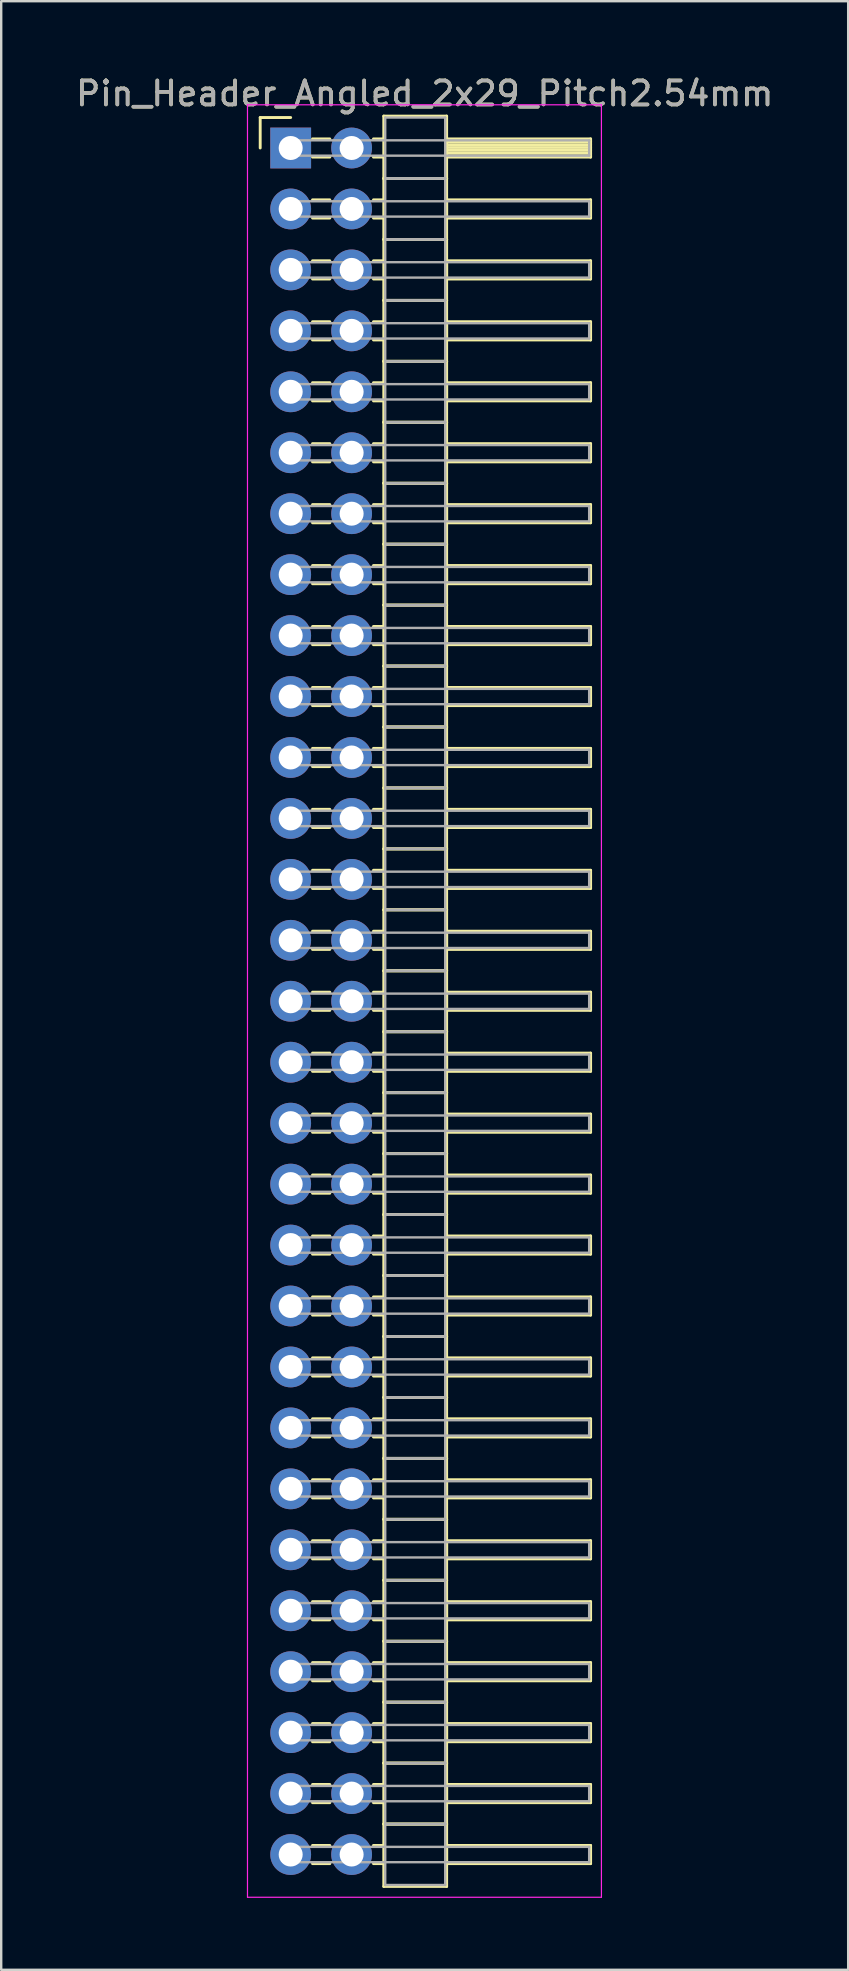
<source format=kicad_pcb>
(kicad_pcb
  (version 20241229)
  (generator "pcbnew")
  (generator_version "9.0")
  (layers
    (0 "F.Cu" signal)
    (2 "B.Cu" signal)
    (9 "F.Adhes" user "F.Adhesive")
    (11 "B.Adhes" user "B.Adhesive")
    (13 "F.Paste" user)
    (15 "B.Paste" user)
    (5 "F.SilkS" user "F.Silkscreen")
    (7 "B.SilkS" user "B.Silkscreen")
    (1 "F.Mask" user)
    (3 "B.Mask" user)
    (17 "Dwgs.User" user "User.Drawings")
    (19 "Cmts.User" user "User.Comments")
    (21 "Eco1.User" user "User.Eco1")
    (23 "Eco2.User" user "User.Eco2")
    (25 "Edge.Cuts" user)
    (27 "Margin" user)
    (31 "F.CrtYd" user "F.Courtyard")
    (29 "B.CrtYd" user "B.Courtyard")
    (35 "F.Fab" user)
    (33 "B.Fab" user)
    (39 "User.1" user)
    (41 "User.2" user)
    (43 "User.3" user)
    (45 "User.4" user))
  (footprint "Pin_Header_Angled_2x29_Pitch2.54mm"
    (layer "F.Cu")
    (at 9.064 3.118)
    (property "Reference" "Pin_Header_Angled_2x29_Pitch2.54mm" (at 5.585 -2.27 0) (layer "F.SilkS") (effects (font (size 1 1) (thickness 0.15))))
    (attr through_hole)
    (fp_line (start -1.27 -1.27) (end 0 -1.27) (stroke (width 0.12) (type solid)) (layer "F.SilkS"))
    (fp_line (start -1.27 0) (end -1.27 -1.27) (stroke (width 0.12) (type solid)) (layer "F.SilkS"))
    (fp_line (start 0.91 -0.38) (end 1.63 -0.38) (stroke (width 0.12) (type solid)) (layer "F.SilkS"))
    (fp_line (start 0.91 0.38) (end 1.63 0.38) (stroke (width 0.12) (type solid)) (layer "F.SilkS"))
    (fp_line (start 0.91 2.16) (end 1.63 2.16) (stroke (width 0.12) (type solid)) (layer "F.SilkS"))
    (fp_line (start 0.91 2.92) (end 1.63 2.92) (stroke (width 0.12) (type solid)) (layer "F.SilkS"))
    (fp_line (start 0.91 4.7) (end 1.63 4.7) (stroke (width 0.12) (type solid)) (layer "F.SilkS"))
    (fp_line (start 0.91 5.46) (end 1.63 5.46) (stroke (width 0.12) (type solid)) (layer "F.SilkS"))
    (fp_line (start 0.91 7.24) (end 1.63 7.24) (stroke (width 0.12) (type solid)) (layer "F.SilkS"))
    (fp_line (start 0.91 8) (end 1.63 8) (stroke (width 0.12) (type solid)) (layer "F.SilkS"))
    (fp_line (start 0.91 9.78) (end 1.63 9.78) (stroke (width 0.12) (type solid)) (layer "F.SilkS"))
    (fp_line (start 0.91 10.54) (end 1.63 10.54) (stroke (width 0.12) (type solid)) (layer "F.SilkS"))
    (fp_line (start 0.91 12.32) (end 1.63 12.32) (stroke (width 0.12) (type solid)) (layer "F.SilkS"))
    (fp_line (start 0.91 13.08) (end 1.63 13.08) (stroke (width 0.12) (type solid)) (layer "F.SilkS"))
    (fp_line (start 0.91 14.86) (end 1.63 14.86) (stroke (width 0.12) (type solid)) (layer "F.SilkS"))
    (fp_line (start 0.91 15.62) (end 1.63 15.62) (stroke (width 0.12) (type solid)) (layer "F.SilkS"))
    (fp_line (start 0.91 17.4) (end 1.63 17.4) (stroke (width 0.12) (type solid)) (layer "F.SilkS"))
    (fp_line (start 0.91 18.16) (end 1.63 18.16) (stroke (width 0.12) (type solid)) (layer "F.SilkS"))
    (fp_line (start 0.91 19.94) (end 1.63 19.94) (stroke (width 0.12) (type solid)) (layer "F.SilkS"))
    (fp_line (start 0.91 20.7) (end 1.63 20.7) (stroke (width 0.12) (type solid)) (layer "F.SilkS"))
    (fp_line (start 0.91 22.48) (end 1.63 22.48) (stroke (width 0.12) (type solid)) (layer "F.SilkS"))
    (fp_line (start 0.91 23.24) (end 1.63 23.24) (stroke (width 0.12) (type solid)) (layer "F.SilkS"))
    (fp_line (start 0.91 25.02) (end 1.63 25.02) (stroke (width 0.12) (type solid)) (layer "F.SilkS"))
    (fp_line (start 0.91 25.78) (end 1.63 25.78) (stroke (width 0.12) (type solid)) (layer "F.SilkS"))
    (fp_line (start 0.91 27.56) (end 1.63 27.56) (stroke (width 0.12) (type solid)) (layer "F.SilkS"))
    (fp_line (start 0.91 28.32) (end 1.63 28.32) (stroke (width 0.12) (type solid)) (layer "F.SilkS"))
    (fp_line (start 0.91 30.1) (end 1.63 30.1) (stroke (width 0.12) (type solid)) (layer "F.SilkS"))
    (fp_line (start 0.91 30.86) (end 1.63 30.86) (stroke (width 0.12) (type solid)) (layer "F.SilkS"))
    (fp_line (start 0.91 32.64) (end 1.63 32.64) (stroke (width 0.12) (type solid)) (layer "F.SilkS"))
    (fp_line (start 0.91 33.4) (end 1.63 33.4) (stroke (width 0.12) (type solid)) (layer "F.SilkS"))
    (fp_line (start 0.91 35.18) (end 1.63 35.18) (stroke (width 0.12) (type solid)) (layer "F.SilkS"))
    (fp_line (start 0.91 35.94) (end 1.63 35.94) (stroke (width 0.12) (type solid)) (layer "F.SilkS"))
    (fp_line (start 0.91 37.72) (end 1.63 37.72) (stroke (width 0.12) (type solid)) (layer "F.SilkS"))
    (fp_line (start 0.91 38.48) (end 1.63 38.48) (stroke (width 0.12) (type solid)) (layer "F.SilkS"))
    (fp_line (start 0.91 40.26) (end 1.63 40.26) (stroke (width 0.12) (type solid)) (layer "F.SilkS"))
    (fp_line (start 0.91 41.02) (end 1.63 41.02) (stroke (width 0.12) (type solid)) (layer "F.SilkS"))
    (fp_line (start 0.91 42.8) (end 1.63 42.8) (stroke (width 0.12) (type solid)) (layer "F.SilkS"))
    (fp_line (start 0.91 43.56) (end 1.63 43.56) (stroke (width 0.12) (type solid)) (layer "F.SilkS"))
    (fp_line (start 0.91 45.34) (end 1.63 45.34) (stroke (width 0.12) (type solid)) (layer "F.SilkS"))
    (fp_line (start 0.91 46.1) (end 1.63 46.1) (stroke (width 0.12) (type solid)) (layer "F.SilkS"))
    (fp_line (start 0.91 47.88) (end 1.63 47.88) (stroke (width 0.12) (type solid)) (layer "F.SilkS"))
    (fp_line (start 0.91 48.64) (end 1.63 48.64) (stroke (width 0.12) (type solid)) (layer "F.SilkS"))
    (fp_line (start 0.91 50.42) (end 1.63 50.42) (stroke (width 0.12) (type solid)) (layer "F.SilkS"))
    (fp_line (start 0.91 51.18) (end 1.63 51.18) (stroke (width 0.12) (type solid)) (layer "F.SilkS"))
    (fp_line (start 0.91 52.96) (end 1.63 52.96) (stroke (width 0.12) (type solid)) (layer "F.SilkS"))
    (fp_line (start 0.91 53.72) (end 1.63 53.72) (stroke (width 0.12) (type solid)) (layer "F.SilkS"))
    (fp_line (start 0.91 55.5) (end 1.63 55.5) (stroke (width 0.12) (type solid)) (layer "F.SilkS"))
    (fp_line (start 0.91 56.26) (end 1.63 56.26) (stroke (width 0.12) (type solid)) (layer "F.SilkS"))
    (fp_line (start 0.91 58.04) (end 1.63 58.04) (stroke (width 0.12) (type solid)) (layer "F.SilkS"))
    (fp_line (start 0.91 58.8) (end 1.63 58.8) (stroke (width 0.12) (type solid)) (layer "F.SilkS"))
    (fp_line (start 0.91 60.58) (end 1.63 60.58) (stroke (width 0.12) (type solid)) (layer "F.SilkS"))
    (fp_line (start 0.91 61.34) (end 1.63 61.34) (stroke (width 0.12) (type solid)) (layer "F.SilkS"))
    (fp_line (start 0.91 63.12) (end 1.63 63.12) (stroke (width 0.12) (type solid)) (layer "F.SilkS"))
    (fp_line (start 0.91 63.88) (end 1.63 63.88) (stroke (width 0.12) (type solid)) (layer "F.SilkS"))
    (fp_line (start 0.91 65.66) (end 1.63 65.66) (stroke (width 0.12) (type solid)) (layer "F.SilkS"))
    (fp_line (start 0.91 66.42) (end 1.63 66.42) (stroke (width 0.12) (type solid)) (layer "F.SilkS"))
    (fp_line (start 0.91 68.2) (end 1.63 68.2) (stroke (width 0.12) (type solid)) (layer "F.SilkS"))
    (fp_line (start 0.91 68.96) (end 1.63 68.96) (stroke (width 0.12) (type solid)) (layer "F.SilkS"))
    (fp_line (start 0.91 70.74) (end 1.63 70.74) (stroke (width 0.12) (type solid)) (layer "F.SilkS"))
    (fp_line (start 0.91 71.5) (end 1.63 71.5) (stroke (width 0.12) (type solid)) (layer "F.SilkS"))
    (fp_line (start 3.45 -0.38) (end 3.88 -0.38) (stroke (width 0.12) (type solid)) (layer "F.SilkS"))
    (fp_line (start 3.45 0.38) (end 3.88 0.38) (stroke (width 0.12) (type solid)) (layer "F.SilkS"))
    (fp_line (start 3.45 2.16) (end 3.88 2.16) (stroke (width 0.12) (type solid)) (layer "F.SilkS"))
    (fp_line (start 3.45 2.92) (end 3.88 2.92) (stroke (width 0.12) (type solid)) (layer "F.SilkS"))
    (fp_line (start 3.45 4.7) (end 3.88 4.7) (stroke (width 0.12) (type solid)) (layer "F.SilkS"))
    (fp_line (start 3.45 5.46) (end 3.88 5.46) (stroke (width 0.12) (type solid)) (layer "F.SilkS"))
    (fp_line (start 3.45 7.24) (end 3.88 7.24) (stroke (width 0.12) (type solid)) (layer "F.SilkS"))
    (fp_line (start 3.45 8) (end 3.88 8) (stroke (width 0.12) (type solid)) (layer "F.SilkS"))
    (fp_line (start 3.45 9.78) (end 3.88 9.78) (stroke (width 0.12) (type solid)) (layer "F.SilkS"))
    (fp_line (start 3.45 10.54) (end 3.88 10.54) (stroke (width 0.12) (type solid)) (layer "F.SilkS"))
    (fp_line (start 3.45 12.32) (end 3.88 12.32) (stroke (width 0.12) (type solid)) (layer "F.SilkS"))
    (fp_line (start 3.45 13.08) (end 3.88 13.08) (stroke (width 0.12) (type solid)) (layer "F.SilkS"))
    (fp_line (start 3.45 14.86) (end 3.88 14.86) (stroke (width 0.12) (type solid)) (layer "F.SilkS"))
    (fp_line (start 3.45 15.62) (end 3.88 15.62) (stroke (width 0.12) (type solid)) (layer "F.SilkS"))
    (fp_line (start 3.45 17.4) (end 3.88 17.4) (stroke (width 0.12) (type solid)) (layer "F.SilkS"))
    (fp_line (start 3.45 18.16) (end 3.88 18.16) (stroke (width 0.12) (type solid)) (layer "F.SilkS"))
    (fp_line (start 3.45 19.94) (end 3.88 19.94) (stroke (width 0.12) (type solid)) (layer "F.SilkS"))
    (fp_line (start 3.45 20.7) (end 3.88 20.7) (stroke (width 0.12) (type solid)) (layer "F.SilkS"))
    (fp_line (start 3.45 22.48) (end 3.88 22.48) (stroke (width 0.12) (type solid)) (layer "F.SilkS"))
    (fp_line (start 3.45 23.24) (end 3.88 23.24) (stroke (width 0.12) (type solid)) (layer "F.SilkS"))
    (fp_line (start 3.45 25.02) (end 3.88 25.02) (stroke (width 0.12) (type solid)) (layer "F.SilkS"))
    (fp_line (start 3.45 25.78) (end 3.88 25.78) (stroke (width 0.12) (type solid)) (layer "F.SilkS"))
    (fp_line (start 3.45 27.56) (end 3.88 27.56) (stroke (width 0.12) (type solid)) (layer "F.SilkS"))
    (fp_line (start 3.45 28.32) (end 3.88 28.32) (stroke (width 0.12) (type solid)) (layer "F.SilkS"))
    (fp_line (start 3.45 30.1) (end 3.88 30.1) (stroke (width 0.12) (type solid)) (layer "F.SilkS"))
    (fp_line (start 3.45 30.86) (end 3.88 30.86) (stroke (width 0.12) (type solid)) (layer "F.SilkS"))
    (fp_line (start 3.45 32.64) (end 3.88 32.64) (stroke (width 0.12) (type solid)) (layer "F.SilkS"))
    (fp_line (start 3.45 33.4) (end 3.88 33.4) (stroke (width 0.12) (type solid)) (layer "F.SilkS"))
    (fp_line (start 3.45 35.18) (end 3.88 35.18) (stroke (width 0.12) (type solid)) (layer "F.SilkS"))
    (fp_line (start 3.45 35.94) (end 3.88 35.94) (stroke (width 0.12) (type solid)) (layer "F.SilkS"))
    (fp_line (start 3.45 37.72) (end 3.88 37.72) (stroke (width 0.12) (type solid)) (layer "F.SilkS"))
    (fp_line (start 3.45 38.48) (end 3.88 38.48) (stroke (width 0.12) (type solid)) (layer "F.SilkS"))
    (fp_line (start 3.45 40.26) (end 3.88 40.26) (stroke (width 0.12) (type solid)) (layer "F.SilkS"))
    (fp_line (start 3.45 41.02) (end 3.88 41.02) (stroke (width 0.12) (type solid)) (layer "F.SilkS"))
    (fp_line (start 3.45 42.8) (end 3.88 42.8) (stroke (width 0.12) (type solid)) (layer "F.SilkS"))
    (fp_line (start 3.45 43.56) (end 3.88 43.56) (stroke (width 0.12) (type solid)) (layer "F.SilkS"))
    (fp_line (start 3.45 45.34) (end 3.88 45.34) (stroke (width 0.12) (type solid)) (layer "F.SilkS"))
    (fp_line (start 3.45 46.1) (end 3.88 46.1) (stroke (width 0.12) (type solid)) (layer "F.SilkS"))
    (fp_line (start 3.45 47.88) (end 3.88 47.88) (stroke (width 0.12) (type solid)) (layer "F.SilkS"))
    (fp_line (start 3.45 48.64) (end 3.88 48.64) (stroke (width 0.12) (type solid)) (layer "F.SilkS"))
    (fp_line (start 3.45 50.42) (end 3.88 50.42) (stroke (width 0.12) (type solid)) (layer "F.SilkS"))
    (fp_line (start 3.45 51.18) (end 3.88 51.18) (stroke (width 0.12) (type solid)) (layer "F.SilkS"))
    (fp_line (start 3.45 52.96) (end 3.88 52.96) (stroke (width 0.12) (type solid)) (layer "F.SilkS"))
    (fp_line (start 3.45 53.72) (end 3.88 53.72) (stroke (width 0.12) (type solid)) (layer "F.SilkS"))
    (fp_line (start 3.45 55.5) (end 3.88 55.5) (stroke (width 0.12) (type solid)) (layer "F.SilkS"))
    (fp_line (start 3.45 56.26) (end 3.88 56.26) (stroke (width 0.12) (type solid)) (layer "F.SilkS"))
    (fp_line (start 3.45 58.04) (end 3.88 58.04) (stroke (width 0.12) (type solid)) (layer "F.SilkS"))
    (fp_line (start 3.45 58.8) (end 3.88 58.8) (stroke (width 0.12) (type solid)) (layer "F.SilkS"))
    (fp_line (start 3.45 60.58) (end 3.88 60.58) (stroke (width 0.12) (type solid)) (layer "F.SilkS"))
    (fp_line (start 3.45 61.34) (end 3.88 61.34) (stroke (width 0.12) (type solid)) (layer "F.SilkS"))
    (fp_line (start 3.45 63.12) (end 3.88 63.12) (stroke (width 0.12) (type solid)) (layer "F.SilkS"))
    (fp_line (start 3.45 63.88) (end 3.88 63.88) (stroke (width 0.12) (type solid)) (layer "F.SilkS"))
    (fp_line (start 3.45 65.66) (end 3.88 65.66) (stroke (width 0.12) (type solid)) (layer "F.SilkS"))
    (fp_line (start 3.45 66.42) (end 3.88 66.42) (stroke (width 0.12) (type solid)) (layer "F.SilkS"))
    (fp_line (start 3.45 68.2) (end 3.88 68.2) (stroke (width 0.12) (type solid)) (layer "F.SilkS"))
    (fp_line (start 3.45 68.96) (end 3.88 68.96) (stroke (width 0.12) (type solid)) (layer "F.SilkS"))
    (fp_line (start 3.45 70.74) (end 3.88 70.74) (stroke (width 0.12) (type solid)) (layer "F.SilkS"))
    (fp_line (start 3.45 71.5) (end 3.88 71.5) (stroke (width 0.12) (type solid)) (layer "F.SilkS"))
    (fp_line (start 3.88 -1.33) (end 3.88 1.27) (stroke (width 0.12) (type solid)) (layer "F.SilkS"))
    (fp_line (start 3.88 1.27) (end 3.88 3.81) (stroke (width 0.12) (type solid)) (layer "F.SilkS"))
    (fp_line (start 3.88 1.27) (end 6.5 1.27) (stroke (width 0.12) (type solid)) (layer "F.SilkS"))
    (fp_line (start 3.88 3.81) (end 3.88 6.35) (stroke (width 0.12) (type solid)) (layer "F.SilkS"))
    (fp_line (start 3.88 3.81) (end 6.5 3.81) (stroke (width 0.12) (type solid)) (layer "F.SilkS"))
    (fp_line (start 3.88 6.35) (end 3.88 8.89) (stroke (width 0.12) (type solid)) (layer "F.SilkS"))
    (fp_line (start 3.88 6.35) (end 6.5 6.35) (stroke (width 0.12) (type solid)) (layer "F.SilkS"))
    (fp_line (start 3.88 8.89) (end 3.88 11.43) (stroke (width 0.12) (type solid)) (layer "F.SilkS"))
    (fp_line (start 3.88 8.89) (end 6.5 8.89) (stroke (width 0.12) (type solid)) (layer "F.SilkS"))
    (fp_line (start 3.88 11.43) (end 3.88 13.97) (stroke (width 0.12) (type solid)) (layer "F.SilkS"))
    (fp_line (start 3.88 11.43) (end 6.5 11.43) (stroke (width 0.12) (type solid)) (layer "F.SilkS"))
    (fp_line (start 3.88 13.97) (end 3.88 16.51) (stroke (width 0.12) (type solid)) (layer "F.SilkS"))
    (fp_line (start 3.88 13.97) (end 6.5 13.97) (stroke (width 0.12) (type solid)) (layer "F.SilkS"))
    (fp_line (start 3.88 16.51) (end 3.88 19.05) (stroke (width 0.12) (type solid)) (layer "F.SilkS"))
    (fp_line (start 3.88 16.51) (end 6.5 16.51) (stroke (width 0.12) (type solid)) (layer "F.SilkS"))
    (fp_line (start 3.88 19.05) (end 3.88 21.59) (stroke (width 0.12) (type solid)) (layer "F.SilkS"))
    (fp_line (start 3.88 19.05) (end 6.5 19.05) (stroke (width 0.12) (type solid)) (layer "F.SilkS"))
    (fp_line (start 3.88 21.59) (end 3.88 24.13) (stroke (width 0.12) (type solid)) (layer "F.SilkS"))
    (fp_line (start 3.88 21.59) (end 6.5 21.59) (stroke (width 0.12) (type solid)) (layer "F.SilkS"))
    (fp_line (start 3.88 24.13) (end 3.88 26.67) (stroke (width 0.12) (type solid)) (layer "F.SilkS"))
    (fp_line (start 3.88 24.13) (end 6.5 24.13) (stroke (width 0.12) (type solid)) (layer "F.SilkS"))
    (fp_line (start 3.88 26.67) (end 3.88 29.21) (stroke (width 0.12) (type solid)) (layer "F.SilkS"))
    (fp_line (start 3.88 26.67) (end 6.5 26.67) (stroke (width 0.12) (type solid)) (layer "F.SilkS"))
    (fp_line (start 3.88 29.21) (end 3.88 31.75) (stroke (width 0.12) (type solid)) (layer "F.SilkS"))
    (fp_line (start 3.88 29.21) (end 6.5 29.21) (stroke (width 0.12) (type solid)) (layer "F.SilkS"))
    (fp_line (start 3.88 31.75) (end 3.88 34.29) (stroke (width 0.12) (type solid)) (layer "F.SilkS"))
    (fp_line (start 3.88 31.75) (end 6.5 31.75) (stroke (width 0.12) (type solid)) (layer "F.SilkS"))
    (fp_line (start 3.88 34.29) (end 3.88 36.83) (stroke (width 0.12) (type solid)) (layer "F.SilkS"))
    (fp_line (start 3.88 34.29) (end 6.5 34.29) (stroke (width 0.12) (type solid)) (layer "F.SilkS"))
    (fp_line (start 3.88 36.83) (end 3.88 39.37) (stroke (width 0.12) (type solid)) (layer "F.SilkS"))
    (fp_line (start 3.88 36.83) (end 6.5 36.83) (stroke (width 0.12) (type solid)) (layer "F.SilkS"))
    (fp_line (start 3.88 39.37) (end 3.88 41.91) (stroke (width 0.12) (type solid)) (layer "F.SilkS"))
    (fp_line (start 3.88 39.37) (end 6.5 39.37) (stroke (width 0.12) (type solid)) (layer "F.SilkS"))
    (fp_line (start 3.88 41.91) (end 3.88 44.45) (stroke (width 0.12) (type solid)) (layer "F.SilkS"))
    (fp_line (start 3.88 41.91) (end 6.5 41.91) (stroke (width 0.12) (type solid)) (layer "F.SilkS"))
    (fp_line (start 3.88 44.45) (end 3.88 46.99) (stroke (width 0.12) (type solid)) (layer "F.SilkS"))
    (fp_line (start 3.88 44.45) (end 6.5 44.45) (stroke (width 0.12) (type solid)) (layer "F.SilkS"))
    (fp_line (start 3.88 46.99) (end 3.88 49.53) (stroke (width 0.12) (type solid)) (layer "F.SilkS"))
    (fp_line (start 3.88 46.99) (end 6.5 46.99) (stroke (width 0.12) (type solid)) (layer "F.SilkS"))
    (fp_line (start 3.88 49.53) (end 3.88 52.07) (stroke (width 0.12) (type solid)) (layer "F.SilkS"))
    (fp_line (start 3.88 49.53) (end 6.5 49.53) (stroke (width 0.12) (type solid)) (layer "F.SilkS"))
    (fp_line (start 3.88 52.07) (end 3.88 54.61) (stroke (width 0.12) (type solid)) (layer "F.SilkS"))
    (fp_line (start 3.88 52.07) (end 6.5 52.07) (stroke (width 0.12) (type solid)) (layer "F.SilkS"))
    (fp_line (start 3.88 54.61) (end 3.88 57.15) (stroke (width 0.12) (type solid)) (layer "F.SilkS"))
    (fp_line (start 3.88 54.61) (end 6.5 54.61) (stroke (width 0.12) (type solid)) (layer "F.SilkS"))
    (fp_line (start 3.88 57.15) (end 3.88 59.69) (stroke (width 0.12) (type solid)) (layer "F.SilkS"))
    (fp_line (start 3.88 57.15) (end 6.5 57.15) (stroke (width 0.12) (type solid)) (layer "F.SilkS"))
    (fp_line (start 3.88 59.69) (end 3.88 62.23) (stroke (width 0.12) (type solid)) (layer "F.SilkS"))
    (fp_line (start 3.88 59.69) (end 6.5 59.69) (stroke (width 0.12) (type solid)) (layer "F.SilkS"))
    (fp_line (start 3.88 62.23) (end 3.88 64.77) (stroke (width 0.12) (type solid)) (layer "F.SilkS"))
    (fp_line (start 3.88 62.23) (end 6.5 62.23) (stroke (width 0.12) (type solid)) (layer "F.SilkS"))
    (fp_line (start 3.88 64.77) (end 3.88 67.31) (stroke (width 0.12) (type solid)) (layer "F.SilkS"))
    (fp_line (start 3.88 64.77) (end 6.5 64.77) (stroke (width 0.12) (type solid)) (layer "F.SilkS"))
    (fp_line (start 3.88 67.31) (end 3.88 69.85) (stroke (width 0.12) (type solid)) (layer "F.SilkS"))
    (fp_line (start 3.88 67.31) (end 6.5 67.31) (stroke (width 0.12) (type solid)) (layer "F.SilkS"))
    (fp_line (start 3.88 69.85) (end 3.88 72.45) (stroke (width 0.12) (type solid)) (layer "F.SilkS"))
    (fp_line (start 3.88 69.85) (end 6.5 69.85) (stroke (width 0.12) (type solid)) (layer "F.SilkS"))
    (fp_line (start 3.88 72.45) (end 6.5 72.45) (stroke (width 0.12) (type solid)) (layer "F.SilkS"))
    (fp_line (start 6.5 -1.33) (end 3.88 -1.33) (stroke (width 0.12) (type solid)) (layer "F.SilkS"))
    (fp_line (start 6.5 -0.38) (end 6.5 0.38) (stroke (width 0.12) (type solid)) (layer "F.SilkS"))
    (fp_line (start 6.5 -0.26) (end 12.5 -0.26) (stroke (width 0.12) (type solid)) (layer "F.SilkS"))
    (fp_line (start 6.5 -0.14) (end 12.5 -0.14) (stroke (width 0.12) (type solid)) (layer "F.SilkS"))
    (fp_line (start 6.5 -0.02) (end 12.5 -0.02) (stroke (width 0.12) (type solid)) (layer "F.SilkS"))
    (fp_line (start 6.5 0.1) (end 12.5 0.1) (stroke (width 0.12) (type solid)) (layer "F.SilkS"))
    (fp_line (start 6.5 0.22) (end 12.5 0.22) (stroke (width 0.12) (type solid)) (layer "F.SilkS"))
    (fp_line (start 6.5 0.34) (end 12.5 0.34) (stroke (width 0.12) (type solid)) (layer "F.SilkS"))
    (fp_line (start 6.5 0.38) (end 12.5 0.38) (stroke (width 0.12) (type solid)) (layer "F.SilkS"))
    (fp_line (start 6.5 1.27) (end 3.88 1.27) (stroke (width 0.12) (type solid)) (layer "F.SilkS"))
    (fp_line (start 6.5 1.27) (end 6.5 -1.33) (stroke (width 0.12) (type solid)) (layer "F.SilkS"))
    (fp_line (start 6.5 2.16) (end 6.5 2.92) (stroke (width 0.12) (type solid)) (layer "F.SilkS"))
    (fp_line (start 6.5 2.92) (end 12.5 2.92) (stroke (width 0.12) (type solid)) (layer "F.SilkS"))
    (fp_line (start 6.5 3.81) (end 3.88 3.81) (stroke (width 0.12) (type solid)) (layer "F.SilkS"))
    (fp_line (start 6.5 3.81) (end 6.5 1.27) (stroke (width 0.12) (type solid)) (layer "F.SilkS"))
    (fp_line (start 6.5 4.7) (end 6.5 5.46) (stroke (width 0.12) (type solid)) (layer "F.SilkS"))
    (fp_line (start 6.5 5.46) (end 12.5 5.46) (stroke (width 0.12) (type solid)) (layer "F.SilkS"))
    (fp_line (start 6.5 6.35) (end 3.88 6.35) (stroke (width 0.12) (type solid)) (layer "F.SilkS"))
    (fp_line (start 6.5 6.35) (end 6.5 3.81) (stroke (width 0.12) (type solid)) (layer "F.SilkS"))
    (fp_line (start 6.5 7.24) (end 6.5 8) (stroke (width 0.12) (type solid)) (layer "F.SilkS"))
    (fp_line (start 6.5 8) (end 12.5 8) (stroke (width 0.12) (type solid)) (layer "F.SilkS"))
    (fp_line (start 6.5 8.89) (end 3.88 8.89) (stroke (width 0.12) (type solid)) (layer "F.SilkS"))
    (fp_line (start 6.5 8.89) (end 6.5 6.35) (stroke (width 0.12) (type solid)) (layer "F.SilkS"))
    (fp_line (start 6.5 9.78) (end 6.5 10.54) (stroke (width 0.12) (type solid)) (layer "F.SilkS"))
    (fp_line (start 6.5 10.54) (end 12.5 10.54) (stroke (width 0.12) (type solid)) (layer "F.SilkS"))
    (fp_line (start 6.5 11.43) (end 3.88 11.43) (stroke (width 0.12) (type solid)) (layer "F.SilkS"))
    (fp_line (start 6.5 11.43) (end 6.5 8.89) (stroke (width 0.12) (type solid)) (layer "F.SilkS"))
    (fp_line (start 6.5 12.32) (end 6.5 13.08) (stroke (width 0.12) (type solid)) (layer "F.SilkS"))
    (fp_line (start 6.5 13.08) (end 12.5 13.08) (stroke (width 0.12) (type solid)) (layer "F.SilkS"))
    (fp_line (start 6.5 13.97) (end 3.88 13.97) (stroke (width 0.12) (type solid)) (layer "F.SilkS"))
    (fp_line (start 6.5 13.97) (end 6.5 11.43) (stroke (width 0.12) (type solid)) (layer "F.SilkS"))
    (fp_line (start 6.5 14.86) (end 6.5 15.62) (stroke (width 0.12) (type solid)) (layer "F.SilkS"))
    (fp_line (start 6.5 15.62) (end 12.5 15.62) (stroke (width 0.12) (type solid)) (layer "F.SilkS"))
    (fp_line (start 6.5 16.51) (end 3.88 16.51) (stroke (width 0.12) (type solid)) (layer "F.SilkS"))
    (fp_line (start 6.5 16.51) (end 6.5 13.97) (stroke (width 0.12) (type solid)) (layer "F.SilkS"))
    (fp_line (start 6.5 17.4) (end 6.5 18.16) (stroke (width 0.12) (type solid)) (layer "F.SilkS"))
    (fp_line (start 6.5 18.16) (end 12.5 18.16) (stroke (width 0.12) (type solid)) (layer "F.SilkS"))
    (fp_line (start 6.5 19.05) (end 3.88 19.05) (stroke (width 0.12) (type solid)) (layer "F.SilkS"))
    (fp_line (start 6.5 19.05) (end 6.5 16.51) (stroke (width 0.12) (type solid)) (layer "F.SilkS"))
    (fp_line (start 6.5 19.94) (end 6.5 20.7) (stroke (width 0.12) (type solid)) (layer "F.SilkS"))
    (fp_line (start 6.5 20.7) (end 12.5 20.7) (stroke (width 0.12) (type solid)) (layer "F.SilkS"))
    (fp_line (start 6.5 21.59) (end 3.88 21.59) (stroke (width 0.12) (type solid)) (layer "F.SilkS"))
    (fp_line (start 6.5 21.59) (end 6.5 19.05) (stroke (width 0.12) (type solid)) (layer "F.SilkS"))
    (fp_line (start 6.5 22.48) (end 6.5 23.24) (stroke (width 0.12) (type solid)) (layer "F.SilkS"))
    (fp_line (start 6.5 23.24) (end 12.5 23.24) (stroke (width 0.12) (type solid)) (layer "F.SilkS"))
    (fp_line (start 6.5 24.13) (end 3.88 24.13) (stroke (width 0.12) (type solid)) (layer "F.SilkS"))
    (fp_line (start 6.5 24.13) (end 6.5 21.59) (stroke (width 0.12) (type solid)) (layer "F.SilkS"))
    (fp_line (start 6.5 25.02) (end 6.5 25.78) (stroke (width 0.12) (type solid)) (layer "F.SilkS"))
    (fp_line (start 6.5 25.78) (end 12.5 25.78) (stroke (width 0.12) (type solid)) (layer "F.SilkS"))
    (fp_line (start 6.5 26.67) (end 3.88 26.67) (stroke (width 0.12) (type solid)) (layer "F.SilkS"))
    (fp_line (start 6.5 26.67) (end 6.5 24.13) (stroke (width 0.12) (type solid)) (layer "F.SilkS"))
    (fp_line (start 6.5 27.56) (end 6.5 28.32) (stroke (width 0.12) (type solid)) (layer "F.SilkS"))
    (fp_line (start 6.5 28.32) (end 12.5 28.32) (stroke (width 0.12) (type solid)) (layer "F.SilkS"))
    (fp_line (start 6.5 29.21) (end 3.88 29.21) (stroke (width 0.12) (type solid)) (layer "F.SilkS"))
    (fp_line (start 6.5 29.21) (end 6.5 26.67) (stroke (width 0.12) (type solid)) (layer "F.SilkS"))
    (fp_line (start 6.5 30.1) (end 6.5 30.86) (stroke (width 0.12) (type solid)) (layer "F.SilkS"))
    (fp_line (start 6.5 30.86) (end 12.5 30.86) (stroke (width 0.12) (type solid)) (layer "F.SilkS"))
    (fp_line (start 6.5 31.75) (end 3.88 31.75) (stroke (width 0.12) (type solid)) (layer "F.SilkS"))
    (fp_line (start 6.5 31.75) (end 6.5 29.21) (stroke (width 0.12) (type solid)) (layer "F.SilkS"))
    (fp_line (start 6.5 32.64) (end 6.5 33.4) (stroke (width 0.12) (type solid)) (layer "F.SilkS"))
    (fp_line (start 6.5 33.4) (end 12.5 33.4) (stroke (width 0.12) (type solid)) (layer "F.SilkS"))
    (fp_line (start 6.5 34.29) (end 3.88 34.29) (stroke (width 0.12) (type solid)) (layer "F.SilkS"))
    (fp_line (start 6.5 34.29) (end 6.5 31.75) (stroke (width 0.12) (type solid)) (layer "F.SilkS"))
    (fp_line (start 6.5 35.18) (end 6.5 35.94) (stroke (width 0.12) (type solid)) (layer "F.SilkS"))
    (fp_line (start 6.5 35.94) (end 12.5 35.94) (stroke (width 0.12) (type solid)) (layer "F.SilkS"))
    (fp_line (start 6.5 36.83) (end 3.88 36.83) (stroke (width 0.12) (type solid)) (layer "F.SilkS"))
    (fp_line (start 6.5 36.83) (end 6.5 34.29) (stroke (width 0.12) (type solid)) (layer "F.SilkS"))
    (fp_line (start 6.5 37.72) (end 6.5 38.48) (stroke (width 0.12) (type solid)) (layer "F.SilkS"))
    (fp_line (start 6.5 38.48) (end 12.5 38.48) (stroke (width 0.12) (type solid)) (layer "F.SilkS"))
    (fp_line (start 6.5 39.37) (end 3.88 39.37) (stroke (width 0.12) (type solid)) (layer "F.SilkS"))
    (fp_line (start 6.5 39.37) (end 6.5 36.83) (stroke (width 0.12) (type solid)) (layer "F.SilkS"))
    (fp_line (start 6.5 40.26) (end 6.5 41.02) (stroke (width 0.12) (type solid)) (layer "F.SilkS"))
    (fp_line (start 6.5 41.02) (end 12.5 41.02) (stroke (width 0.12) (type solid)) (layer "F.SilkS"))
    (fp_line (start 6.5 41.91) (end 3.88 41.91) (stroke (width 0.12) (type solid)) (layer "F.SilkS"))
    (fp_line (start 6.5 41.91) (end 6.5 39.37) (stroke (width 0.12) (type solid)) (layer "F.SilkS"))
    (fp_line (start 6.5 42.8) (end 6.5 43.56) (stroke (width 0.12) (type solid)) (layer "F.SilkS"))
    (fp_line (start 6.5 43.56) (end 12.5 43.56) (stroke (width 0.12) (type solid)) (layer "F.SilkS"))
    (fp_line (start 6.5 44.45) (end 3.88 44.45) (stroke (width 0.12) (type solid)) (layer "F.SilkS"))
    (fp_line (start 6.5 44.45) (end 6.5 41.91) (stroke (width 0.12) (type solid)) (layer "F.SilkS"))
    (fp_line (start 6.5 45.34) (end 6.5 46.1) (stroke (width 0.12) (type solid)) (layer "F.SilkS"))
    (fp_line (start 6.5 46.1) (end 12.5 46.1) (stroke (width 0.12) (type solid)) (layer "F.SilkS"))
    (fp_line (start 6.5 46.99) (end 3.88 46.99) (stroke (width 0.12) (type solid)) (layer "F.SilkS"))
    (fp_line (start 6.5 46.99) (end 6.5 44.45) (stroke (width 0.12) (type solid)) (layer "F.SilkS"))
    (fp_line (start 6.5 47.88) (end 6.5 48.64) (stroke (width 0.12) (type solid)) (layer "F.SilkS"))
    (fp_line (start 6.5 48.64) (end 12.5 48.64) (stroke (width 0.12) (type solid)) (layer "F.SilkS"))
    (fp_line (start 6.5 49.53) (end 3.88 49.53) (stroke (width 0.12) (type solid)) (layer "F.SilkS"))
    (fp_line (start 6.5 49.53) (end 6.5 46.99) (stroke (width 0.12) (type solid)) (layer "F.SilkS"))
    (fp_line (start 6.5 50.42) (end 6.5 51.18) (stroke (width 0.12) (type solid)) (layer "F.SilkS"))
    (fp_line (start 6.5 51.18) (end 12.5 51.18) (stroke (width 0.12) (type solid)) (layer "F.SilkS"))
    (fp_line (start 6.5 52.07) (end 3.88 52.07) (stroke (width 0.12) (type solid)) (layer "F.SilkS"))
    (fp_line (start 6.5 52.07) (end 6.5 49.53) (stroke (width 0.12) (type solid)) (layer "F.SilkS"))
    (fp_line (start 6.5 52.96) (end 6.5 53.72) (stroke (width 0.12) (type solid)) (layer "F.SilkS"))
    (fp_line (start 6.5 53.72) (end 12.5 53.72) (stroke (width 0.12) (type solid)) (layer "F.SilkS"))
    (fp_line (start 6.5 54.61) (end 3.88 54.61) (stroke (width 0.12) (type solid)) (layer "F.SilkS"))
    (fp_line (start 6.5 54.61) (end 6.5 52.07) (stroke (width 0.12) (type solid)) (layer "F.SilkS"))
    (fp_line (start 6.5 55.5) (end 6.5 56.26) (stroke (width 0.12) (type solid)) (layer "F.SilkS"))
    (fp_line (start 6.5 56.26) (end 12.5 56.26) (stroke (width 0.12) (type solid)) (layer "F.SilkS"))
    (fp_line (start 6.5 57.15) (end 3.88 57.15) (stroke (width 0.12) (type solid)) (layer "F.SilkS"))
    (fp_line (start 6.5 57.15) (end 6.5 54.61) (stroke (width 0.12) (type solid)) (layer "F.SilkS"))
    (fp_line (start 6.5 58.04) (end 6.5 58.8) (stroke (width 0.12) (type solid)) (layer "F.SilkS"))
    (fp_line (start 6.5 58.8) (end 12.5 58.8) (stroke (width 0.12) (type solid)) (layer "F.SilkS"))
    (fp_line (start 6.5 59.69) (end 3.88 59.69) (stroke (width 0.12) (type solid)) (layer "F.SilkS"))
    (fp_line (start 6.5 59.69) (end 6.5 57.15) (stroke (width 0.12) (type solid)) (layer "F.SilkS"))
    (fp_line (start 6.5 60.58) (end 6.5 61.34) (stroke (width 0.12) (type solid)) (layer "F.SilkS"))
    (fp_line (start 6.5 61.34) (end 12.5 61.34) (stroke (width 0.12) (type solid)) (layer "F.SilkS"))
    (fp_line (start 6.5 62.23) (end 3.88 62.23) (stroke (width 0.12) (type solid)) (layer "F.SilkS"))
    (fp_line (start 6.5 62.23) (end 6.5 59.69) (stroke (width 0.12) (type solid)) (layer "F.SilkS"))
    (fp_line (start 6.5 63.12) (end 6.5 63.88) (stroke (width 0.12) (type solid)) (layer "F.SilkS"))
    (fp_line (start 6.5 63.88) (end 12.5 63.88) (stroke (width 0.12) (type solid)) (layer "F.SilkS"))
    (fp_line (start 6.5 64.77) (end 3.88 64.77) (stroke (width 0.12) (type solid)) (layer "F.SilkS"))
    (fp_line (start 6.5 64.77) (end 6.5 62.23) (stroke (width 0.12) (type solid)) (layer "F.SilkS"))
    (fp_line (start 6.5 65.66) (end 6.5 66.42) (stroke (width 0.12) (type solid)) (layer "F.SilkS"))
    (fp_line (start 6.5 66.42) (end 12.5 66.42) (stroke (width 0.12) (type solid)) (layer "F.SilkS"))
    (fp_line (start 6.5 67.31) (end 3.88 67.31) (stroke (width 0.12) (type solid)) (layer "F.SilkS"))
    (fp_line (start 6.5 67.31) (end 6.5 64.77) (stroke (width 0.12) (type solid)) (layer "F.SilkS"))
    (fp_line (start 6.5 68.2) (end 6.5 68.96) (stroke (width 0.12) (type solid)) (layer "F.SilkS"))
    (fp_line (start 6.5 68.96) (end 12.5 68.96) (stroke (width 0.12) (type solid)) (layer "F.SilkS"))
    (fp_line (start 6.5 69.85) (end 3.88 69.85) (stroke (width 0.12) (type solid)) (layer "F.SilkS"))
    (fp_line (start 6.5 69.85) (end 6.5 67.31) (stroke (width 0.12) (type solid)) (layer "F.SilkS"))
    (fp_line (start 6.5 70.74) (end 6.5 71.5) (stroke (width 0.12) (type solid)) (layer "F.SilkS"))
    (fp_line (start 6.5 71.5) (end 12.5 71.5) (stroke (width 0.12) (type solid)) (layer "F.SilkS"))
    (fp_line (start 6.5 72.45) (end 6.5 69.85) (stroke (width 0.12) (type solid)) (layer "F.SilkS"))
    (fp_line (start 12.5 -0.38) (end 6.5 -0.38) (stroke (width 0.12) (type solid)) (layer "F.SilkS"))
    (fp_line (start 12.5 0.38) (end 12.5 -0.38) (stroke (width 0.12) (type solid)) (layer "F.SilkS"))
    (fp_line (start 12.5 2.16) (end 6.5 2.16) (stroke (width 0.12) (type solid)) (layer "F.SilkS"))
    (fp_line (start 12.5 2.92) (end 12.5 2.16) (stroke (width 0.12) (type solid)) (layer "F.SilkS"))
    (fp_line (start 12.5 4.7) (end 6.5 4.7) (stroke (width 0.12) (type solid)) (layer "F.SilkS"))
    (fp_line (start 12.5 5.46) (end 12.5 4.7) (stroke (width 0.12) (type solid)) (layer "F.SilkS"))
    (fp_line (start 12.5 7.24) (end 6.5 7.24) (stroke (width 0.12) (type solid)) (layer "F.SilkS"))
    (fp_line (start 12.5 8) (end 12.5 7.24) (stroke (width 0.12) (type solid)) (layer "F.SilkS"))
    (fp_line (start 12.5 9.78) (end 6.5 9.78) (stroke (width 0.12) (type solid)) (layer "F.SilkS"))
    (fp_line (start 12.5 10.54) (end 12.5 9.78) (stroke (width 0.12) (type solid)) (layer "F.SilkS"))
    (fp_line (start 12.5 12.32) (end 6.5 12.32) (stroke (width 0.12) (type solid)) (layer "F.SilkS"))
    (fp_line (start 12.5 13.08) (end 12.5 12.32) (stroke (width 0.12) (type solid)) (layer "F.SilkS"))
    (fp_line (start 12.5 14.86) (end 6.5 14.86) (stroke (width 0.12) (type solid)) (layer "F.SilkS"))
    (fp_line (start 12.5 15.62) (end 12.5 14.86) (stroke (width 0.12) (type solid)) (layer "F.SilkS"))
    (fp_line (start 12.5 17.4) (end 6.5 17.4) (stroke (width 0.12) (type solid)) (layer "F.SilkS"))
    (fp_line (start 12.5 18.16) (end 12.5 17.4) (stroke (width 0.12) (type solid)) (layer "F.SilkS"))
    (fp_line (start 12.5 19.94) (end 6.5 19.94) (stroke (width 0.12) (type solid)) (layer "F.SilkS"))
    (fp_line (start 12.5 20.7) (end 12.5 19.94) (stroke (width 0.12) (type solid)) (layer "F.SilkS"))
    (fp_line (start 12.5 22.48) (end 6.5 22.48) (stroke (width 0.12) (type solid)) (layer "F.SilkS"))
    (fp_line (start 12.5 23.24) (end 12.5 22.48) (stroke (width 0.12) (type solid)) (layer "F.SilkS"))
    (fp_line (start 12.5 25.02) (end 6.5 25.02) (stroke (width 0.12) (type solid)) (layer "F.SilkS"))
    (fp_line (start 12.5 25.78) (end 12.5 25.02) (stroke (width 0.12) (type solid)) (layer "F.SilkS"))
    (fp_line (start 12.5 27.56) (end 6.5 27.56) (stroke (width 0.12) (type solid)) (layer "F.SilkS"))
    (fp_line (start 12.5 28.32) (end 12.5 27.56) (stroke (width 0.12) (type solid)) (layer "F.SilkS"))
    (fp_line (start 12.5 30.1) (end 6.5 30.1) (stroke (width 0.12) (type solid)) (layer "F.SilkS"))
    (fp_line (start 12.5 30.86) (end 12.5 30.1) (stroke (width 0.12) (type solid)) (layer "F.SilkS"))
    (fp_line (start 12.5 32.64) (end 6.5 32.64) (stroke (width 0.12) (type solid)) (layer "F.SilkS"))
    (fp_line (start 12.5 33.4) (end 12.5 32.64) (stroke (width 0.12) (type solid)) (layer "F.SilkS"))
    (fp_line (start 12.5 35.18) (end 6.5 35.18) (stroke (width 0.12) (type solid)) (layer "F.SilkS"))
    (fp_line (start 12.5 35.94) (end 12.5 35.18) (stroke (width 0.12) (type solid)) (layer "F.SilkS"))
    (fp_line (start 12.5 37.72) (end 6.5 37.72) (stroke (width 0.12) (type solid)) (layer "F.SilkS"))
    (fp_line (start 12.5 38.48) (end 12.5 37.72) (stroke (width 0.12) (type solid)) (layer "F.SilkS"))
    (fp_line (start 12.5 40.26) (end 6.5 40.26) (stroke (width 0.12) (type solid)) (layer "F.SilkS"))
    (fp_line (start 12.5 41.02) (end 12.5 40.26) (stroke (width 0.12) (type solid)) (layer "F.SilkS"))
    (fp_line (start 12.5 42.8) (end 6.5 42.8) (stroke (width 0.12) (type solid)) (layer "F.SilkS"))
    (fp_line (start 12.5 43.56) (end 12.5 42.8) (stroke (width 0.12) (type solid)) (layer "F.SilkS"))
    (fp_line (start 12.5 45.34) (end 6.5 45.34) (stroke (width 0.12) (type solid)) (layer "F.SilkS"))
    (fp_line (start 12.5 46.1) (end 12.5 45.34) (stroke (width 0.12) (type solid)) (layer "F.SilkS"))
    (fp_line (start 12.5 47.88) (end 6.5 47.88) (stroke (width 0.12) (type solid)) (layer "F.SilkS"))
    (fp_line (start 12.5 48.64) (end 12.5 47.88) (stroke (width 0.12) (type solid)) (layer "F.SilkS"))
    (fp_line (start 12.5 50.42) (end 6.5 50.42) (stroke (width 0.12) (type solid)) (layer "F.SilkS"))
    (fp_line (start 12.5 51.18) (end 12.5 50.42) (stroke (width 0.12) (type solid)) (layer "F.SilkS"))
    (fp_line (start 12.5 52.96) (end 6.5 52.96) (stroke (width 0.12) (type solid)) (layer "F.SilkS"))
    (fp_line (start 12.5 53.72) (end 12.5 52.96) (stroke (width 0.12) (type solid)) (layer "F.SilkS"))
    (fp_line (start 12.5 55.5) (end 6.5 55.5) (stroke (width 0.12) (type solid)) (layer "F.SilkS"))
    (fp_line (start 12.5 56.26) (end 12.5 55.5) (stroke (width 0.12) (type solid)) (layer "F.SilkS"))
    (fp_line (start 12.5 58.04) (end 6.5 58.04) (stroke (width 0.12) (type solid)) (layer "F.SilkS"))
    (fp_line (start 12.5 58.8) (end 12.5 58.04) (stroke (width 0.12) (type solid)) (layer "F.SilkS"))
    (fp_line (start 12.5 60.58) (end 6.5 60.58) (stroke (width 0.12) (type solid)) (layer "F.SilkS"))
    (fp_line (start 12.5 61.34) (end 12.5 60.58) (stroke (width 0.12) (type solid)) (layer "F.SilkS"))
    (fp_line (start 12.5 63.12) (end 6.5 63.12) (stroke (width 0.12) (type solid)) (layer "F.SilkS"))
    (fp_line (start 12.5 63.88) (end 12.5 63.12) (stroke (width 0.12) (type solid)) (layer "F.SilkS"))
    (fp_line (start 12.5 65.66) (end 6.5 65.66) (stroke (width 0.12) (type solid)) (layer "F.SilkS"))
    (fp_line (start 12.5 66.42) (end 12.5 65.66) (stroke (width 0.12) (type solid)) (layer "F.SilkS"))
    (fp_line (start 12.5 68.2) (end 6.5 68.2) (stroke (width 0.12) (type solid)) (layer "F.SilkS"))
    (fp_line (start 12.5 68.96) (end 12.5 68.2) (stroke (width 0.12) (type solid)) (layer "F.SilkS"))
    (fp_line (start 12.5 70.74) (end 6.5 70.74) (stroke (width 0.12) (type solid)) (layer "F.SilkS"))
    (fp_line (start 12.5 71.5) (end 12.5 70.74) (stroke (width 0.12) (type solid)) (layer "F.SilkS"))
    (fp_line (start -1.8 -1.8) (end -1.8 72.9) (stroke (width 0.05) (type solid)) (layer "F.CrtYd"))
    (fp_line (start -1.8 72.9) (end 12.95 72.9) (stroke (width 0.05) (type solid)) (layer "F.CrtYd"))
    (fp_line (start 12.95 -1.8) (end -1.8 -1.8) (stroke (width 0.05) (type solid)) (layer "F.CrtYd"))
    (fp_line (start 12.95 72.9) (end 12.95 -1.8) (stroke (width 0.05) (type solid)) (layer "F.CrtYd"))
    (fp_line (start 0 -0.32) (end 0 0.32) (stroke (width 0.1) (type solid)) (layer "F.Fab"))
    (fp_line (start 0 0.32) (end 12.44 0.32) (stroke (width 0.1) (type solid)) (layer "F.Fab"))
    (fp_line (start 0 2.22) (end 0 2.86) (stroke (width 0.1) (type solid)) (layer "F.Fab"))
    (fp_line (start 0 2.86) (end 12.44 2.86) (stroke (width 0.1) (type solid)) (layer "F.Fab"))
    (fp_line (start 0 4.76) (end 0 5.4) (stroke (width 0.1) (type solid)) (layer "F.Fab"))
    (fp_line (start 0 5.4) (end 12.44 5.4) (stroke (width 0.1) (type solid)) (layer "F.Fab"))
    (fp_line (start 0 7.3) (end 0 7.94) (stroke (width 0.1) (type solid)) (layer "F.Fab"))
    (fp_line (start 0 7.94) (end 12.44 7.94) (stroke (width 0.1) (type solid)) (layer "F.Fab"))
    (fp_line (start 0 9.84) (end 0 10.48) (stroke (width 0.1) (type solid)) (layer "F.Fab"))
    (fp_line (start 0 10.48) (end 12.44 10.48) (stroke (width 0.1) (type solid)) (layer "F.Fab"))
    (fp_line (start 0 12.38) (end 0 13.02) (stroke (width 0.1) (type solid)) (layer "F.Fab"))
    (fp_line (start 0 13.02) (end 12.44 13.02) (stroke (width 0.1) (type solid)) (layer "F.Fab"))
    (fp_line (start 0 14.92) (end 0 15.56) (stroke (width 0.1) (type solid)) (layer "F.Fab"))
    (fp_line (start 0 15.56) (end 12.44 15.56) (stroke (width 0.1) (type solid)) (layer "F.Fab"))
    (fp_line (start 0 17.46) (end 0 18.1) (stroke (width 0.1) (type solid)) (layer "F.Fab"))
    (fp_line (start 0 18.1) (end 12.44 18.1) (stroke (width 0.1) (type solid)) (layer "F.Fab"))
    (fp_line (start 0 20) (end 0 20.64) (stroke (width 0.1) (type solid)) (layer "F.Fab"))
    (fp_line (start 0 20.64) (end 12.44 20.64) (stroke (width 0.1) (type solid)) (layer "F.Fab"))
    (fp_line (start 0 22.54) (end 0 23.18) (stroke (width 0.1) (type solid)) (layer "F.Fab"))
    (fp_line (start 0 23.18) (end 12.44 23.18) (stroke (width 0.1) (type solid)) (layer "F.Fab"))
    (fp_line (start 0 25.08) (end 0 25.72) (stroke (width 0.1) (type solid)) (layer "F.Fab"))
    (fp_line (start 0 25.72) (end 12.44 25.72) (stroke (width 0.1) (type solid)) (layer "F.Fab"))
    (fp_line (start 0 27.62) (end 0 28.26) (stroke (width 0.1) (type solid)) (layer "F.Fab"))
    (fp_line (start 0 28.26) (end 12.44 28.26) (stroke (width 0.1) (type solid)) (layer "F.Fab"))
    (fp_line (start 0 30.16) (end 0 30.8) (stroke (width 0.1) (type solid)) (layer "F.Fab"))
    (fp_line (start 0 30.8) (end 12.44 30.8) (stroke (width 0.1) (type solid)) (layer "F.Fab"))
    (fp_line (start 0 32.7) (end 0 33.34) (stroke (width 0.1) (type solid)) (layer "F.Fab"))
    (fp_line (start 0 33.34) (end 12.44 33.34) (stroke (width 0.1) (type solid)) (layer "F.Fab"))
    (fp_line (start 0 35.24) (end 0 35.88) (stroke (width 0.1) (type solid)) (layer "F.Fab"))
    (fp_line (start 0 35.88) (end 12.44 35.88) (stroke (width 0.1) (type solid)) (layer "F.Fab"))
    (fp_line (start 0 37.78) (end 0 38.42) (stroke (width 0.1) (type solid)) (layer "F.Fab"))
    (fp_line (start 0 38.42) (end 12.44 38.42) (stroke (width 0.1) (type solid)) (layer "F.Fab"))
    (fp_line (start 0 40.32) (end 0 40.96) (stroke (width 0.1) (type solid)) (layer "F.Fab"))
    (fp_line (start 0 40.96) (end 12.44 40.96) (stroke (width 0.1) (type solid)) (layer "F.Fab"))
    (fp_line (start 0 42.86) (end 0 43.5) (stroke (width 0.1) (type solid)) (layer "F.Fab"))
    (fp_line (start 0 43.5) (end 12.44 43.5) (stroke (width 0.1) (type solid)) (layer "F.Fab"))
    (fp_line (start 0 45.4) (end 0 46.04) (stroke (width 0.1) (type solid)) (layer "F.Fab"))
    (fp_line (start 0 46.04) (end 12.44 46.04) (stroke (width 0.1) (type solid)) (layer "F.Fab"))
    (fp_line (start 0 47.94) (end 0 48.58) (stroke (width 0.1) (type solid)) (layer "F.Fab"))
    (fp_line (start 0 48.58) (end 12.44 48.58) (stroke (width 0.1) (type solid)) (layer "F.Fab"))
    (fp_line (start 0 50.48) (end 0 51.12) (stroke (width 0.1) (type solid)) (layer "F.Fab"))
    (fp_line (start 0 51.12) (end 12.44 51.12) (stroke (width 0.1) (type solid)) (layer "F.Fab"))
    (fp_line (start 0 53.02) (end 0 53.66) (stroke (width 0.1) (type solid)) (layer "F.Fab"))
    (fp_line (start 0 53.66) (end 12.44 53.66) (stroke (width 0.1) (type solid)) (layer "F.Fab"))
    (fp_line (start 0 55.56) (end 0 56.2) (stroke (width 0.1) (type solid)) (layer "F.Fab"))
    (fp_line (start 0 56.2) (end 12.44 56.2) (stroke (width 0.1) (type solid)) (layer "F.Fab"))
    (fp_line (start 0 58.1) (end 0 58.74) (stroke (width 0.1) (type solid)) (layer "F.Fab"))
    (fp_line (start 0 58.74) (end 12.44 58.74) (stroke (width 0.1) (type solid)) (layer "F.Fab"))
    (fp_line (start 0 60.64) (end 0 61.28) (stroke (width 0.1) (type solid)) (layer "F.Fab"))
    (fp_line (start 0 61.28) (end 12.44 61.28) (stroke (width 0.1) (type solid)) (layer "F.Fab"))
    (fp_line (start 0 63.18) (end 0 63.82) (stroke (width 0.1) (type solid)) (layer "F.Fab"))
    (fp_line (start 0 63.82) (end 12.44 63.82) (stroke (width 0.1) (type solid)) (layer "F.Fab"))
    (fp_line (start 0 65.72) (end 0 66.36) (stroke (width 0.1) (type solid)) (layer "F.Fab"))
    (fp_line (start 0 66.36) (end 12.44 66.36) (stroke (width 0.1) (type solid)) (layer "F.Fab"))
    (fp_line (start 0 68.26) (end 0 68.9) (stroke (width 0.1) (type solid)) (layer "F.Fab"))
    (fp_line (start 0 68.9) (end 12.44 68.9) (stroke (width 0.1) (type solid)) (layer "F.Fab"))
    (fp_line (start 0 70.8) (end 0 71.44) (stroke (width 0.1) (type solid)) (layer "F.Fab"))
    (fp_line (start 0 71.44) (end 12.44 71.44) (stroke (width 0.1) (type solid)) (layer "F.Fab"))
    (fp_line (start 3.94 -1.27) (end 3.94 1.27) (stroke (width 0.1) (type solid)) (layer "F.Fab"))
    (fp_line (start 3.94 1.27) (end 3.94 3.81) (stroke (width 0.1) (type solid)) (layer "F.Fab"))
    (fp_line (start 3.94 1.27) (end 6.44 1.27) (stroke (width 0.1) (type solid)) (layer "F.Fab"))
    (fp_line (start 3.94 3.81) (end 3.94 6.35) (stroke (width 0.1) (type solid)) (layer "F.Fab"))
    (fp_line (start 3.94 3.81) (end 6.44 3.81) (stroke (width 0.1) (type solid)) (layer "F.Fab"))
    (fp_line (start 3.94 6.35) (end 3.94 8.89) (stroke (width 0.1) (type solid)) (layer "F.Fab"))
    (fp_line (start 3.94 6.35) (end 6.44 6.35) (stroke (width 0.1) (type solid)) (layer "F.Fab"))
    (fp_line (start 3.94 8.89) (end 3.94 11.43) (stroke (width 0.1) (type solid)) (layer "F.Fab"))
    (fp_line (start 3.94 8.89) (end 6.44 8.89) (stroke (width 0.1) (type solid)) (layer "F.Fab"))
    (fp_line (start 3.94 11.43) (end 3.94 13.97) (stroke (width 0.1) (type solid)) (layer "F.Fab"))
    (fp_line (start 3.94 11.43) (end 6.44 11.43) (stroke (width 0.1) (type solid)) (layer "F.Fab"))
    (fp_line (start 3.94 13.97) (end 3.94 16.51) (stroke (width 0.1) (type solid)) (layer "F.Fab"))
    (fp_line (start 3.94 13.97) (end 6.44 13.97) (stroke (width 0.1) (type solid)) (layer "F.Fab"))
    (fp_line (start 3.94 16.51) (end 3.94 19.05) (stroke (width 0.1) (type solid)) (layer "F.Fab"))
    (fp_line (start 3.94 16.51) (end 6.44 16.51) (stroke (width 0.1) (type solid)) (layer "F.Fab"))
    (fp_line (start 3.94 19.05) (end 3.94 21.59) (stroke (width 0.1) (type solid)) (layer "F.Fab"))
    (fp_line (start 3.94 19.05) (end 6.44 19.05) (stroke (width 0.1) (type solid)) (layer "F.Fab"))
    (fp_line (start 3.94 21.59) (end 3.94 24.13) (stroke (width 0.1) (type solid)) (layer "F.Fab"))
    (fp_line (start 3.94 21.59) (end 6.44 21.59) (stroke (width 0.1) (type solid)) (layer "F.Fab"))
    (fp_line (start 3.94 24.13) (end 3.94 26.67) (stroke (width 0.1) (type solid)) (layer "F.Fab"))
    (fp_line (start 3.94 24.13) (end 6.44 24.13) (stroke (width 0.1) (type solid)) (layer "F.Fab"))
    (fp_line (start 3.94 26.67) (end 3.94 29.21) (stroke (width 0.1) (type solid)) (layer "F.Fab"))
    (fp_line (start 3.94 26.67) (end 6.44 26.67) (stroke (width 0.1) (type solid)) (layer "F.Fab"))
    (fp_line (start 3.94 29.21) (end 3.94 31.75) (stroke (width 0.1) (type solid)) (layer "F.Fab"))
    (fp_line (start 3.94 29.21) (end 6.44 29.21) (stroke (width 0.1) (type solid)) (layer "F.Fab"))
    (fp_line (start 3.94 31.75) (end 3.94 34.29) (stroke (width 0.1) (type solid)) (layer "F.Fab"))
    (fp_line (start 3.94 31.75) (end 6.44 31.75) (stroke (width 0.1) (type solid)) (layer "F.Fab"))
    (fp_line (start 3.94 34.29) (end 3.94 36.83) (stroke (width 0.1) (type solid)) (layer "F.Fab"))
    (fp_line (start 3.94 34.29) (end 6.44 34.29) (stroke (width 0.1) (type solid)) (layer "F.Fab"))
    (fp_line (start 3.94 36.83) (end 3.94 39.37) (stroke (width 0.1) (type solid)) (layer "F.Fab"))
    (fp_line (start 3.94 36.83) (end 6.44 36.83) (stroke (width 0.1) (type solid)) (layer "F.Fab"))
    (fp_line (start 3.94 39.37) (end 3.94 41.91) (stroke (width 0.1) (type solid)) (layer "F.Fab"))
    (fp_line (start 3.94 39.37) (end 6.44 39.37) (stroke (width 0.1) (type solid)) (layer "F.Fab"))
    (fp_line (start 3.94 41.91) (end 3.94 44.45) (stroke (width 0.1) (type solid)) (layer "F.Fab"))
    (fp_line (start 3.94 41.91) (end 6.44 41.91) (stroke (width 0.1) (type solid)) (layer "F.Fab"))
    (fp_line (start 3.94 44.45) (end 3.94 46.99) (stroke (width 0.1) (type solid)) (layer "F.Fab"))
    (fp_line (start 3.94 44.45) (end 6.44 44.45) (stroke (width 0.1) (type solid)) (layer "F.Fab"))
    (fp_line (start 3.94 46.99) (end 3.94 49.53) (stroke (width 0.1) (type solid)) (layer "F.Fab"))
    (fp_line (start 3.94 46.99) (end 6.44 46.99) (stroke (width 0.1) (type solid)) (layer "F.Fab"))
    (fp_line (start 3.94 49.53) (end 3.94 52.07) (stroke (width 0.1) (type solid)) (layer "F.Fab"))
    (fp_line (start 3.94 49.53) (end 6.44 49.53) (stroke (width 0.1) (type solid)) (layer "F.Fab"))
    (fp_line (start 3.94 52.07) (end 3.94 54.61) (stroke (width 0.1) (type solid)) (layer "F.Fab"))
    (fp_line (start 3.94 52.07) (end 6.44 52.07) (stroke (width 0.1) (type solid)) (layer "F.Fab"))
    (fp_line (start 3.94 54.61) (end 3.94 57.15) (stroke (width 0.1) (type solid)) (layer "F.Fab"))
    (fp_line (start 3.94 54.61) (end 6.44 54.61) (stroke (width 0.1) (type solid)) (layer "F.Fab"))
    (fp_line (start 3.94 57.15) (end 3.94 59.69) (stroke (width 0.1) (type solid)) (layer "F.Fab"))
    (fp_line (start 3.94 57.15) (end 6.44 57.15) (stroke (width 0.1) (type solid)) (layer "F.Fab"))
    (fp_line (start 3.94 59.69) (end 3.94 62.23) (stroke (width 0.1) (type solid)) (layer "F.Fab"))
    (fp_line (start 3.94 59.69) (end 6.44 59.69) (stroke (width 0.1) (type solid)) (layer "F.Fab"))
    (fp_line (start 3.94 62.23) (end 3.94 64.77) (stroke (width 0.1) (type solid)) (layer "F.Fab"))
    (fp_line (start 3.94 62.23) (end 6.44 62.23) (stroke (width 0.1) (type solid)) (layer "F.Fab"))
    (fp_line (start 3.94 64.77) (end 3.94 67.31) (stroke (width 0.1) (type solid)) (layer "F.Fab"))
    (fp_line (start 3.94 64.77) (end 6.44 64.77) (stroke (width 0.1) (type solid)) (layer "F.Fab"))
    (fp_line (start 3.94 67.31) (end 3.94 69.85) (stroke (width 0.1) (type solid)) (layer "F.Fab"))
    (fp_line (start 3.94 67.31) (end 6.44 67.31) (stroke (width 0.1) (type solid)) (layer "F.Fab"))
    (fp_line (start 3.94 69.85) (end 3.94 72.39) (stroke (width 0.1) (type solid)) (layer "F.Fab"))
    (fp_line (start 3.94 69.85) (end 6.44 69.85) (stroke (width 0.1) (type solid)) (layer "F.Fab"))
    (fp_line (start 3.94 72.39) (end 6.44 72.39) (stroke (width 0.1) (type solid)) (layer "F.Fab"))
    (fp_line (start 6.44 -1.27) (end 3.94 -1.27) (stroke (width 0.1) (type solid)) (layer "F.Fab"))
    (fp_line (start 6.44 1.27) (end 3.94 1.27) (stroke (width 0.1) (type solid)) (layer "F.Fab"))
    (fp_line (start 6.44 1.27) (end 6.44 -1.27) (stroke (width 0.1) (type solid)) (layer "F.Fab"))
    (fp_line (start 6.44 3.81) (end 3.94 3.81) (stroke (width 0.1) (type solid)) (layer "F.Fab"))
    (fp_line (start 6.44 3.81) (end 6.44 1.27) (stroke (width 0.1) (type solid)) (layer "F.Fab"))
    (fp_line (start 6.44 6.35) (end 3.94 6.35) (stroke (width 0.1) (type solid)) (layer "F.Fab"))
    (fp_line (start 6.44 6.35) (end 6.44 3.81) (stroke (width 0.1) (type solid)) (layer "F.Fab"))
    (fp_line (start 6.44 8.89) (end 3.94 8.89) (stroke (width 0.1) (type solid)) (layer "F.Fab"))
    (fp_line (start 6.44 8.89) (end 6.44 6.35) (stroke (width 0.1) (type solid)) (layer "F.Fab"))
    (fp_line (start 6.44 11.43) (end 3.94 11.43) (stroke (width 0.1) (type solid)) (layer "F.Fab"))
    (fp_line (start 6.44 11.43) (end 6.44 8.89) (stroke (width 0.1) (type solid)) (layer "F.Fab"))
    (fp_line (start 6.44 13.97) (end 3.94 13.97) (stroke (width 0.1) (type solid)) (layer "F.Fab"))
    (fp_line (start 6.44 13.97) (end 6.44 11.43) (stroke (width 0.1) (type solid)) (layer "F.Fab"))
    (fp_line (start 6.44 16.51) (end 3.94 16.51) (stroke (width 0.1) (type solid)) (layer "F.Fab"))
    (fp_line (start 6.44 16.51) (end 6.44 13.97) (stroke (width 0.1) (type solid)) (layer "F.Fab"))
    (fp_line (start 6.44 19.05) (end 3.94 19.05) (stroke (width 0.1) (type solid)) (layer "F.Fab"))
    (fp_line (start 6.44 19.05) (end 6.44 16.51) (stroke (width 0.1) (type solid)) (layer "F.Fab"))
    (fp_line (start 6.44 21.59) (end 3.94 21.59) (stroke (width 0.1) (type solid)) (layer "F.Fab"))
    (fp_line (start 6.44 21.59) (end 6.44 19.05) (stroke (width 0.1) (type solid)) (layer "F.Fab"))
    (fp_line (start 6.44 24.13) (end 3.94 24.13) (stroke (width 0.1) (type solid)) (layer "F.Fab"))
    (fp_line (start 6.44 24.13) (end 6.44 21.59) (stroke (width 0.1) (type solid)) (layer "F.Fab"))
    (fp_line (start 6.44 26.67) (end 3.94 26.67) (stroke (width 0.1) (type solid)) (layer "F.Fab"))
    (fp_line (start 6.44 26.67) (end 6.44 24.13) (stroke (width 0.1) (type solid)) (layer "F.Fab"))
    (fp_line (start 6.44 29.21) (end 3.94 29.21) (stroke (width 0.1) (type solid)) (layer "F.Fab"))
    (fp_line (start 6.44 29.21) (end 6.44 26.67) (stroke (width 0.1) (type solid)) (layer "F.Fab"))
    (fp_line (start 6.44 31.75) (end 3.94 31.75) (stroke (width 0.1) (type solid)) (layer "F.Fab"))
    (fp_line (start 6.44 31.75) (end 6.44 29.21) (stroke (width 0.1) (type solid)) (layer "F.Fab"))
    (fp_line (start 6.44 34.29) (end 3.94 34.29) (stroke (width 0.1) (type solid)) (layer "F.Fab"))
    (fp_line (start 6.44 34.29) (end 6.44 31.75) (stroke (width 0.1) (type solid)) (layer "F.Fab"))
    (fp_line (start 6.44 36.83) (end 3.94 36.83) (stroke (width 0.1) (type solid)) (layer "F.Fab"))
    (fp_line (start 6.44 36.83) (end 6.44 34.29) (stroke (width 0.1) (type solid)) (layer "F.Fab"))
    (fp_line (start 6.44 39.37) (end 3.94 39.37) (stroke (width 0.1) (type solid)) (layer "F.Fab"))
    (fp_line (start 6.44 39.37) (end 6.44 36.83) (stroke (width 0.1) (type solid)) (layer "F.Fab"))
    (fp_line (start 6.44 41.91) (end 3.94 41.91) (stroke (width 0.1) (type solid)) (layer "F.Fab"))
    (fp_line (start 6.44 41.91) (end 6.44 39.37) (stroke (width 0.1) (type solid)) (layer "F.Fab"))
    (fp_line (start 6.44 44.45) (end 3.94 44.45) (stroke (width 0.1) (type solid)) (layer "F.Fab"))
    (fp_line (start 6.44 44.45) (end 6.44 41.91) (stroke (width 0.1) (type solid)) (layer "F.Fab"))
    (fp_line (start 6.44 46.99) (end 3.94 46.99) (stroke (width 0.1) (type solid)) (layer "F.Fab"))
    (fp_line (start 6.44 46.99) (end 6.44 44.45) (stroke (width 0.1) (type solid)) (layer "F.Fab"))
    (fp_line (start 6.44 49.53) (end 3.94 49.53) (stroke (width 0.1) (type solid)) (layer "F.Fab"))
    (fp_line (start 6.44 49.53) (end 6.44 46.99) (stroke (width 0.1) (type solid)) (layer "F.Fab"))
    (fp_line (start 6.44 52.07) (end 3.94 52.07) (stroke (width 0.1) (type solid)) (layer "F.Fab"))
    (fp_line (start 6.44 52.07) (end 6.44 49.53) (stroke (width 0.1) (type solid)) (layer "F.Fab"))
    (fp_line (start 6.44 54.61) (end 3.94 54.61) (stroke (width 0.1) (type solid)) (layer "F.Fab"))
    (fp_line (start 6.44 54.61) (end 6.44 52.07) (stroke (width 0.1) (type solid)) (layer "F.Fab"))
    (fp_line (start 6.44 57.15) (end 3.94 57.15) (stroke (width 0.1) (type solid)) (layer "F.Fab"))
    (fp_line (start 6.44 57.15) (end 6.44 54.61) (stroke (width 0.1) (type solid)) (layer "F.Fab"))
    (fp_line (start 6.44 59.69) (end 3.94 59.69) (stroke (width 0.1) (type solid)) (layer "F.Fab"))
    (fp_line (start 6.44 59.69) (end 6.44 57.15) (stroke (width 0.1) (type solid)) (layer "F.Fab"))
    (fp_line (start 6.44 62.23) (end 3.94 62.23) (stroke (width 0.1) (type solid)) (layer "F.Fab"))
    (fp_line (start 6.44 62.23) (end 6.44 59.69) (stroke (width 0.1) (type solid)) (layer "F.Fab"))
    (fp_line (start 6.44 64.77) (end 3.94 64.77) (stroke (width 0.1) (type solid)) (layer "F.Fab"))
    (fp_line (start 6.44 64.77) (end 6.44 62.23) (stroke (width 0.1) (type solid)) (layer "F.Fab"))
    (fp_line (start 6.44 67.31) (end 3.94 67.31) (stroke (width 0.1) (type solid)) (layer "F.Fab"))
    (fp_line (start 6.44 67.31) (end 6.44 64.77) (stroke (width 0.1) (type solid)) (layer "F.Fab"))
    (fp_line (start 6.44 69.85) (end 3.94 69.85) (stroke (width 0.1) (type solid)) (layer "F.Fab"))
    (fp_line (start 6.44 69.85) (end 6.44 67.31) (stroke (width 0.1) (type solid)) (layer "F.Fab"))
    (fp_line (start 6.44 72.39) (end 6.44 69.85) (stroke (width 0.1) (type solid)) (layer "F.Fab"))
    (fp_line (start 12.44 -0.32) (end 0 -0.32) (stroke (width 0.1) (type solid)) (layer "F.Fab"))
    (fp_line (start 12.44 0.32) (end 12.44 -0.32) (stroke (width 0.1) (type solid)) (layer "F.Fab"))
    (fp_line (start 12.44 2.22) (end 0 2.22) (stroke (width 0.1) (type solid)) (layer "F.Fab"))
    (fp_line (start 12.44 2.86) (end 12.44 2.22) (stroke (width 0.1) (type solid)) (layer "F.Fab"))
    (fp_line (start 12.44 4.76) (end 0 4.76) (stroke (width 0.1) (type solid)) (layer "F.Fab"))
    (fp_line (start 12.44 5.4) (end 12.44 4.76) (stroke (width 0.1) (type solid)) (layer "F.Fab"))
    (fp_line (start 12.44 7.3) (end 0 7.3) (stroke (width 0.1) (type solid)) (layer "F.Fab"))
    (fp_line (start 12.44 7.94) (end 12.44 7.3) (stroke (width 0.1) (type solid)) (layer "F.Fab"))
    (fp_line (start 12.44 9.84) (end 0 9.84) (stroke (width 0.1) (type solid)) (layer "F.Fab"))
    (fp_line (start 12.44 10.48) (end 12.44 9.84) (stroke (width 0.1) (type solid)) (layer "F.Fab"))
    (fp_line (start 12.44 12.38) (end 0 12.38) (stroke (width 0.1) (type solid)) (layer "F.Fab"))
    (fp_line (start 12.44 13.02) (end 12.44 12.38) (stroke (width 0.1) (type solid)) (layer "F.Fab"))
    (fp_line (start 12.44 14.92) (end 0 14.92) (stroke (width 0.1) (type solid)) (layer "F.Fab"))
    (fp_line (start 12.44 15.56) (end 12.44 14.92) (stroke (width 0.1) (type solid)) (layer "F.Fab"))
    (fp_line (start 12.44 17.46) (end 0 17.46) (stroke (width 0.1) (type solid)) (layer "F.Fab"))
    (fp_line (start 12.44 18.1) (end 12.44 17.46) (stroke (width 0.1) (type solid)) (layer "F.Fab"))
    (fp_line (start 12.44 20) (end 0 20) (stroke (width 0.1) (type solid)) (layer "F.Fab"))
    (fp_line (start 12.44 20.64) (end 12.44 20) (stroke (width 0.1) (type solid)) (layer "F.Fab"))
    (fp_line (start 12.44 22.54) (end 0 22.54) (stroke (width 0.1) (type solid)) (layer "F.Fab"))
    (fp_line (start 12.44 23.18) (end 12.44 22.54) (stroke (width 0.1) (type solid)) (layer "F.Fab"))
    (fp_line (start 12.44 25.08) (end 0 25.08) (stroke (width 0.1) (type solid)) (layer "F.Fab"))
    (fp_line (start 12.44 25.72) (end 12.44 25.08) (stroke (width 0.1) (type solid)) (layer "F.Fab"))
    (fp_line (start 12.44 27.62) (end 0 27.62) (stroke (width 0.1) (type solid)) (layer "F.Fab"))
    (fp_line (start 12.44 28.26) (end 12.44 27.62) (stroke (width 0.1) (type solid)) (layer "F.Fab"))
    (fp_line (start 12.44 30.16) (end 0 30.16) (stroke (width 0.1) (type solid)) (layer "F.Fab"))
    (fp_line (start 12.44 30.8) (end 12.44 30.16) (stroke (width 0.1) (type solid)) (layer "F.Fab"))
    (fp_line (start 12.44 32.7) (end 0 32.7) (stroke (width 0.1) (type solid)) (layer "F.Fab"))
    (fp_line (start 12.44 33.34) (end 12.44 32.7) (stroke (width 0.1) (type solid)) (layer "F.Fab"))
    (fp_line (start 12.44 35.24) (end 0 35.24) (stroke (width 0.1) (type solid)) (layer "F.Fab"))
    (fp_line (start 12.44 35.88) (end 12.44 35.24) (stroke (width 0.1) (type solid)) (layer "F.Fab"))
    (fp_line (start 12.44 37.78) (end 0 37.78) (stroke (width 0.1) (type solid)) (layer "F.Fab"))
    (fp_line (start 12.44 38.42) (end 12.44 37.78) (stroke (width 0.1) (type solid)) (layer "F.Fab"))
    (fp_line (start 12.44 40.32) (end 0 40.32) (stroke (width 0.1) (type solid)) (layer "F.Fab"))
    (fp_line (start 12.44 40.96) (end 12.44 40.32) (stroke (width 0.1) (type solid)) (layer "F.Fab"))
    (fp_line (start 12.44 42.86) (end 0 42.86) (stroke (width 0.1) (type solid)) (layer "F.Fab"))
    (fp_line (start 12.44 43.5) (end 12.44 42.86) (stroke (width 0.1) (type solid)) (layer "F.Fab"))
    (fp_line (start 12.44 45.4) (end 0 45.4) (stroke (width 0.1) (type solid)) (layer "F.Fab"))
    (fp_line (start 12.44 46.04) (end 12.44 45.4) (stroke (width 0.1) (type solid)) (layer "F.Fab"))
    (fp_line (start 12.44 47.94) (end 0 47.94) (stroke (width 0.1) (type solid)) (layer "F.Fab"))
    (fp_line (start 12.44 48.58) (end 12.44 47.94) (stroke (width 0.1) (type solid)) (layer "F.Fab"))
    (fp_line (start 12.44 50.48) (end 0 50.48) (stroke (width 0.1) (type solid)) (layer "F.Fab"))
    (fp_line (start 12.44 51.12) (end 12.44 50.48) (stroke (width 0.1) (type solid)) (layer "F.Fab"))
    (fp_line (start 12.44 53.02) (end 0 53.02) (stroke (width 0.1) (type solid)) (layer "F.Fab"))
    (fp_line (start 12.44 53.66) (end 12.44 53.02) (stroke (width 0.1) (type solid)) (layer "F.Fab"))
    (fp_line (start 12.44 55.56) (end 0 55.56) (stroke (width 0.1) (type solid)) (layer "F.Fab"))
    (fp_line (start 12.44 56.2) (end 12.44 55.56) (stroke (width 0.1) (type solid)) (layer "F.Fab"))
    (fp_line (start 12.44 58.1) (end 0 58.1) (stroke (width 0.1) (type solid)) (layer "F.Fab"))
    (fp_line (start 12.44 58.74) (end 12.44 58.1) (stroke (width 0.1) (type solid)) (layer "F.Fab"))
    (fp_line (start 12.44 60.64) (end 0 60.64) (stroke (width 0.1) (type solid)) (layer "F.Fab"))
    (fp_line (start 12.44 61.28) (end 12.44 60.64) (stroke (width 0.1) (type solid)) (layer "F.Fab"))
    (fp_line (start 12.44 63.18) (end 0 63.18) (stroke (width 0.1) (type solid)) (layer "F.Fab"))
    (fp_line (start 12.44 63.82) (end 12.44 63.18) (stroke (width 0.1) (type solid)) (layer "F.Fab"))
    (fp_line (start 12.44 65.72) (end 0 65.72) (stroke (width 0.1) (type solid)) (layer "F.Fab"))
    (fp_line (start 12.44 66.36) (end 12.44 65.72) (stroke (width 0.1) (type solid)) (layer "F.Fab"))
    (fp_line (start 12.44 68.26) (end 0 68.26) (stroke (width 0.1) (type solid)) (layer "F.Fab"))
    (fp_line (start 12.44 68.9) (end 12.44 68.26) (stroke (width 0.1) (type solid)) (layer "F.Fab"))
    (fp_line (start 12.44 70.8) (end 0 70.8) (stroke (width 0.1) (type solid)) (layer "F.Fab"))
    (fp_line (start 12.44 71.44) (end 12.44 70.8) (stroke (width 0.1) (type solid)) (layer "F.Fab"))
    (fp_text user "${REFERENCE}" (at 5.585 -2.27 0) (layer "F.Fab") (effects (font (size 1 1) (thickness 0.15))))
    (pad "1" thru_hole rect (at 0 0) (size 1.7 1.7) (drill 1) (layers "*.Cu" "*.Mask"))
    (pad "2" thru_hole oval (at 2.54 0) (size 1.7 1.7) (drill 1) (layers "*.Cu" "*.Mask"))
    (pad "3" thru_hole oval (at 0 2.54) (size 1.7 1.7) (drill 1) (layers "*.Cu" "*.Mask"))
    (pad "4" thru_hole oval (at 2.54 2.54) (size 1.7 1.7) (drill 1) (layers "*.Cu" "*.Mask"))
    (pad "5" thru_hole oval (at 0 5.08) (size 1.7 1.7) (drill 1) (layers "*.Cu" "*.Mask"))
    (pad "6" thru_hole oval (at 2.54 5.08) (size 1.7 1.7) (drill 1) (layers "*.Cu" "*.Mask"))
    (pad "7" thru_hole oval (at 0 7.62) (size 1.7 1.7) (drill 1) (layers "*.Cu" "*.Mask"))
    (pad "8" thru_hole oval (at 2.54 7.62) (size 1.7 1.7) (drill 1) (layers "*.Cu" "*.Mask"))
    (pad "9" thru_hole oval (at 0 10.16) (size 1.7 1.7) (drill 1) (layers "*.Cu" "*.Mask"))
    (pad "10" thru_hole oval (at 2.54 10.16) (size 1.7 1.7) (drill 1) (layers "*.Cu" "*.Mask"))
    (pad "11" thru_hole oval (at 0 12.7) (size 1.7 1.7) (drill 1) (layers "*.Cu" "*.Mask"))
    (pad "12" thru_hole oval (at 2.54 12.7) (size 1.7 1.7) (drill 1) (layers "*.Cu" "*.Mask"))
    (pad "13" thru_hole oval (at 0 15.24) (size 1.7 1.7) (drill 1) (layers "*.Cu" "*.Mask"))
    (pad "14" thru_hole oval (at 2.54 15.24) (size 1.7 1.7) (drill 1) (layers "*.Cu" "*.Mask"))
    (pad "15" thru_hole oval (at 0 17.78) (size 1.7 1.7) (drill 1) (layers "*.Cu" "*.Mask"))
    (pad "16" thru_hole oval (at 2.54 17.78) (size 1.7 1.7) (drill 1) (layers "*.Cu" "*.Mask"))
    (pad "17" thru_hole oval (at 0 20.32) (size 1.7 1.7) (drill 1) (layers "*.Cu" "*.Mask"))
    (pad "18" thru_hole oval (at 2.54 20.32) (size 1.7 1.7) (drill 1) (layers "*.Cu" "*.Mask"))
    (pad "19" thru_hole oval (at 0 22.86) (size 1.7 1.7) (drill 1) (layers "*.Cu" "*.Mask"))
    (pad "20" thru_hole oval (at 2.54 22.86) (size 1.7 1.7) (drill 1) (layers "*.Cu" "*.Mask"))
    (pad "21" thru_hole oval (at 0 25.4) (size 1.7 1.7) (drill 1) (layers "*.Cu" "*.Mask"))
    (pad "22" thru_hole oval (at 2.54 25.4) (size 1.7 1.7) (drill 1) (layers "*.Cu" "*.Mask"))
    (pad "23" thru_hole oval (at 0 27.94) (size 1.7 1.7) (drill 1) (layers "*.Cu" "*.Mask"))
    (pad "24" thru_hole oval (at 2.54 27.94) (size 1.7 1.7) (drill 1) (layers "*.Cu" "*.Mask"))
    (pad "25" thru_hole oval (at 0 30.48) (size 1.7 1.7) (drill 1) (layers "*.Cu" "*.Mask"))
    (pad "26" thru_hole oval (at 2.54 30.48) (size 1.7 1.7) (drill 1) (layers "*.Cu" "*.Mask"))
    (pad "27" thru_hole oval (at 0 33.02) (size 1.7 1.7) (drill 1) (layers "*.Cu" "*.Mask"))
    (pad "28" thru_hole oval (at 2.54 33.02) (size 1.7 1.7) (drill 1) (layers "*.Cu" "*.Mask"))
    (pad "29" thru_hole oval (at 0 35.56) (size 1.7 1.7) (drill 1) (layers "*.Cu" "*.Mask"))
    (pad "30" thru_hole oval (at 2.54 35.56) (size 1.7 1.7) (drill 1) (layers "*.Cu" "*.Mask"))
    (pad "31" thru_hole oval (at 0 38.1) (size 1.7 1.7) (drill 1) (layers "*.Cu" "*.Mask"))
    (pad "32" thru_hole oval (at 2.54 38.1) (size 1.7 1.7) (drill 1) (layers "*.Cu" "*.Mask"))
    (pad "33" thru_hole oval (at 0 40.64) (size 1.7 1.7) (drill 1) (layers "*.Cu" "*.Mask"))
    (pad "34" thru_hole oval (at 2.54 40.64) (size 1.7 1.7) (drill 1) (layers "*.Cu" "*.Mask"))
    (pad "35" thru_hole oval (at 0 43.18) (size 1.7 1.7) (drill 1) (layers "*.Cu" "*.Mask"))
    (pad "36" thru_hole oval (at 2.54 43.18) (size 1.7 1.7) (drill 1) (layers "*.Cu" "*.Mask"))
    (pad "37" thru_hole oval (at 0 45.72) (size 1.7 1.7) (drill 1) (layers "*.Cu" "*.Mask"))
    (pad "38" thru_hole oval (at 2.54 45.72) (size 1.7 1.7) (drill 1) (layers "*.Cu" "*.Mask"))
    (pad "39" thru_hole oval (at 0 48.26) (size 1.7 1.7) (drill 1) (layers "*.Cu" "*.Mask"))
    (pad "40" thru_hole oval (at 2.54 48.26) (size 1.7 1.7) (drill 1) (layers "*.Cu" "*.Mask"))
    (pad "41" thru_hole oval (at 0 50.8) (size 1.7 1.7) (drill 1) (layers "*.Cu" "*.Mask"))
    (pad "42" thru_hole oval (at 2.54 50.8) (size 1.7 1.7) (drill 1) (layers "*.Cu" "*.Mask"))
    (pad "43" thru_hole oval (at 0 53.34) (size 1.7 1.7) (drill 1) (layers "*.Cu" "*.Mask"))
    (pad "44" thru_hole oval (at 2.54 53.34) (size 1.7 1.7) (drill 1) (layers "*.Cu" "*.Mask"))
    (pad "45" thru_hole oval (at 0 55.88) (size 1.7 1.7) (drill 1) (layers "*.Cu" "*.Mask"))
    (pad "46" thru_hole oval (at 2.54 55.88) (size 1.7 1.7) (drill 1) (layers "*.Cu" "*.Mask"))
    (pad "47" thru_hole oval (at 0 58.42) (size 1.7 1.7) (drill 1) (layers "*.Cu" "*.Mask"))
    (pad "48" thru_hole oval (at 2.54 58.42) (size 1.7 1.7) (drill 1) (layers "*.Cu" "*.Mask"))
    (pad "49" thru_hole oval (at 0 60.96) (size 1.7 1.7) (drill 1) (layers "*.Cu" "*.Mask"))
    (pad "50" thru_hole oval (at 2.54 60.96) (size 1.7 1.7) (drill 1) (layers "*.Cu" "*.Mask"))
    (pad "51" thru_hole oval (at 0 63.5) (size 1.7 1.7) (drill 1) (layers "*.Cu" "*.Mask"))
    (pad "52" thru_hole oval (at 2.54 63.5) (size 1.7 1.7) (drill 1) (layers "*.Cu" "*.Mask"))
    (pad "53" thru_hole oval (at 0 66.04) (size 1.7 1.7) (drill 1) (layers "*.Cu" "*.Mask"))
    (pad "54" thru_hole oval (at 2.54 66.04) (size 1.7 1.7) (drill 1) (layers "*.Cu" "*.Mask"))
    (pad "55" thru_hole oval (at 0 68.58) (size 1.7 1.7) (drill 1) (layers "*.Cu" "*.Mask"))
    (pad "56" thru_hole oval (at 2.54 68.58) (size 1.7 1.7) (drill 1) (layers "*.Cu" "*.Mask"))
    (pad "57" thru_hole oval (at 0 71.12) (size 1.7 1.7) (drill 1) (layers "*.Cu" "*.Mask"))
    (pad "58" thru_hole oval (at 2.54 71.12) (size 1.7 1.7) (drill 1) (layers "*.Cu" "*.Mask")))
  (gr_rect
    (start -3 -3)
    (end 32.298 79.043)
    (stroke (width 0.1) (type default))
    (fill no)
    (layer "Edge.Cuts")))
</source>
